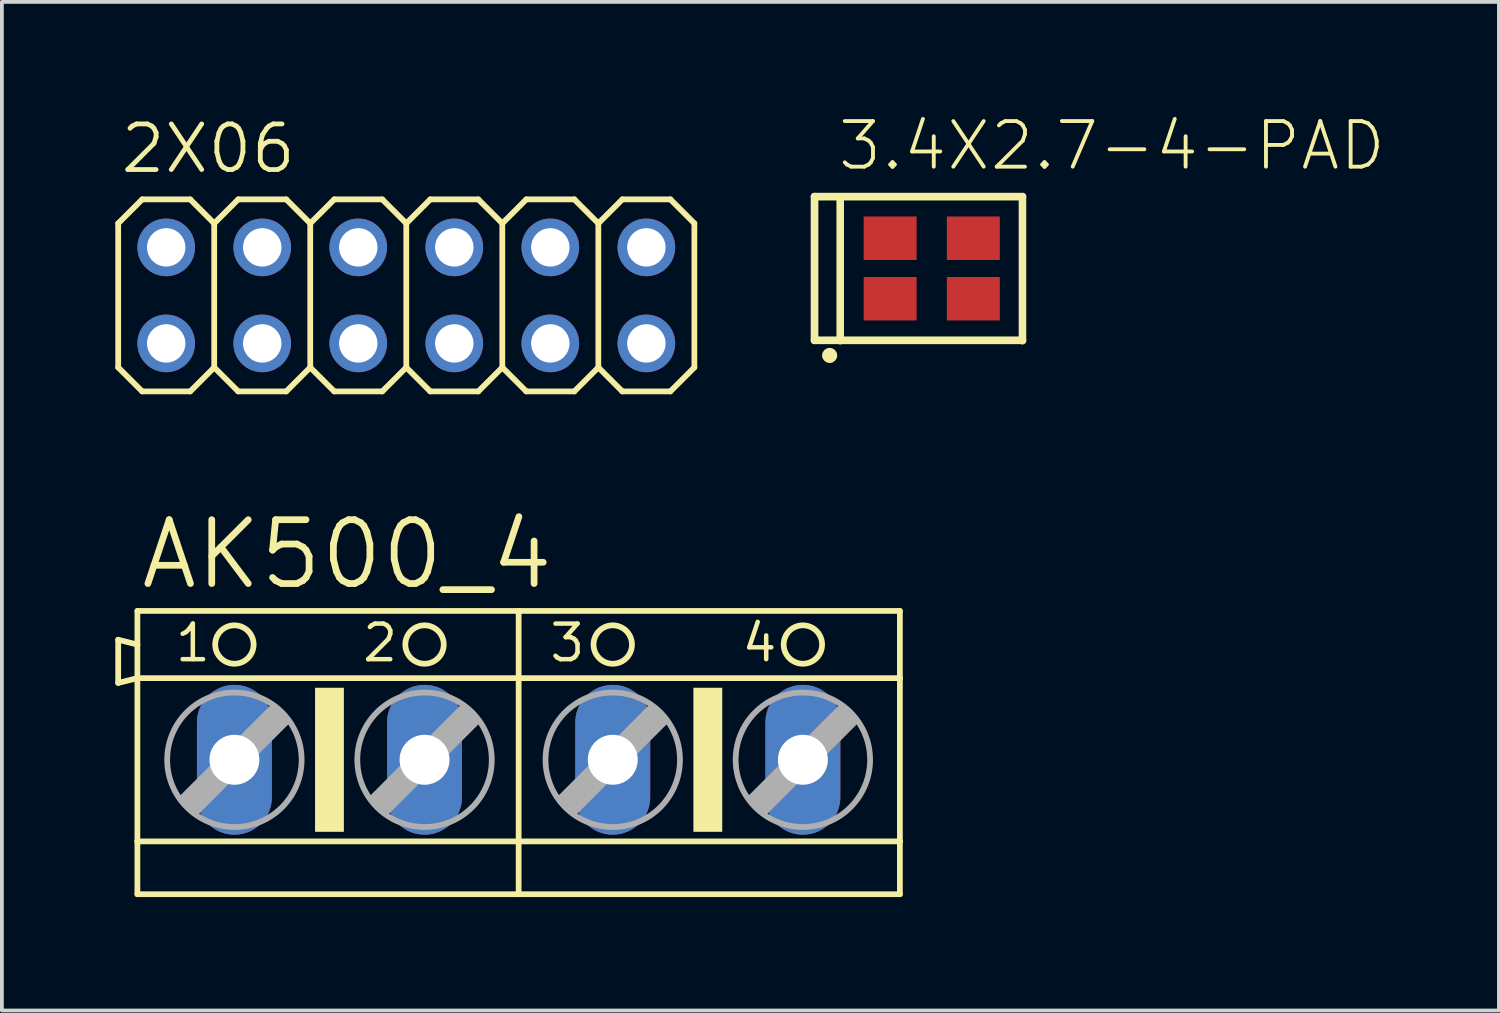
<source format=kicad_pcb>
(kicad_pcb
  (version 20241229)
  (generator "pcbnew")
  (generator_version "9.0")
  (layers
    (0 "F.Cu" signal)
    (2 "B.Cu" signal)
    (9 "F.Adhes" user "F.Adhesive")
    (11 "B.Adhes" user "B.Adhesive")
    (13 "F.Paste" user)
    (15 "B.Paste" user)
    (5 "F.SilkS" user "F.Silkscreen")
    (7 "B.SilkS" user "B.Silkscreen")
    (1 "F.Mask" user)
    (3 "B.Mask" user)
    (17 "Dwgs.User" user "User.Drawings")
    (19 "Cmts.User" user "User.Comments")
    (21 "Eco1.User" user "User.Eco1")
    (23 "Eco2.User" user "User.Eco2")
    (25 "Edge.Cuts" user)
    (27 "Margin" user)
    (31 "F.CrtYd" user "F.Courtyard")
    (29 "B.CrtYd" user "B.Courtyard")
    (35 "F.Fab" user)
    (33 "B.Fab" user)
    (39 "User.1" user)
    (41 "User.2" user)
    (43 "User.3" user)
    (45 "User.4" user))
  (footprint "AK500_4"
    (layer "F.Cu")
    (at 10.668 17.046)
    (property "Reference" "AK500_4" (at -10.084 -4.445 0) (layer "F.SilkS") (effects (font (size 1.689 1.689) (thickness 0.178)) (justify left bottom)))
    (attr through_hole)
    (fp_line (start -10.592 -3.175) (end -10.592 -2.032) (stroke (width 0.152) (type solid)) (layer "F.SilkS"))
    (fp_line (start -10.592 -2.032) (end -10.084 -2.159) (stroke (width 0.152) (type solid)) (layer "F.SilkS"))
    (fp_line (start -10.084 -3.048) (end -10.592 -3.175) (stroke (width 0.152) (type solid)) (layer "F.SilkS"))
    (fp_line (start -10.084 -3.048) (end -10.084 -3.937) (stroke (width 0.152) (type solid)) (layer "F.SilkS"))
    (fp_line (start -10.084 -2.159) (end -10.084 -3.048) (stroke (width 0.152) (type solid)) (layer "F.SilkS"))
    (fp_line (start -10.084 -2.159) (end 0 -2.159) (stroke (width 0.152) (type solid)) (layer "F.SilkS"))
    (fp_line (start -10.084 2.159) (end -10.084 -2.159) (stroke (width 0.152) (type solid)) (layer "F.SilkS"))
    (fp_line (start -10.084 2.159) (end 0 2.159) (stroke (width 0.152) (type solid)) (layer "F.SilkS"))
    (fp_line (start -10.084 3.556) (end -10.084 2.159) (stroke (width 0.152) (type solid)) (layer "F.SilkS"))
    (fp_line (start -10.084 3.556) (end 0 3.556) (stroke (width 0.152) (type solid)) (layer "F.SilkS"))
    (fp_line (start 0 -3.937) (end -10.084 -3.937) (stroke (width 0.152) (type solid)) (layer "F.SilkS"))
    (fp_line (start 0 -2.159) (end 0 -3.937) (stroke (width 0.152) (type solid)) (layer "F.SilkS"))
    (fp_line (start 0 -2.159) (end 10.084 -2.159) (stroke (width 0.152) (type solid)) (layer "F.SilkS"))
    (fp_line (start 0 2.159) (end 0 -2.159) (stroke (width 0.152) (type solid)) (layer "F.SilkS"))
    (fp_line (start 0 2.159) (end 10.084 2.159) (stroke (width 0.152) (type solid)) (layer "F.SilkS"))
    (fp_line (start 0 3.556) (end 0 2.159) (stroke (width 0.152) (type solid)) (layer "F.SilkS"))
    (fp_line (start 0 3.556) (end 10.084 3.556) (stroke (width 0.152) (type solid)) (layer "F.SilkS"))
    (fp_line (start 10.084 -3.937) (end 0 -3.937) (stroke (width 0.152) (type solid)) (layer "F.SilkS"))
    (fp_line (start 10.084 -3.937) (end 10.084 -2.159) (stroke (width 0.152) (type solid)) (layer "F.SilkS"))
    (fp_line (start 10.084 -2.159) (end 10.084 2.159) (stroke (width 0.152) (type solid)) (layer "F.SilkS"))
    (fp_line (start 10.084 2.159) (end 10.084 3.556) (stroke (width 0.152) (type solid)) (layer "F.SilkS"))
    (fp_circle (center -7.518 -3.048) (end -7.01 -3.048) (stroke (width 0.152) (type solid)) (fill no) (layer "F.SilkS"))
    (fp_circle (center -2.489 -3.048) (end -1.981 -3.048) (stroke (width 0.152) (type solid)) (fill no) (layer "F.SilkS"))
    (fp_circle (center 2.489 -3.048) (end 2.997 -3.048) (stroke (width 0.152) (type solid)) (fill no) (layer "F.SilkS"))
    (fp_circle (center 7.518 -3.048) (end 8.026 -3.048) (stroke (width 0.152) (type solid)) (fill no) (layer "F.SilkS"))
    (fp_poly (pts (xy -5.385 1.905) (xy -4.623 1.905) (xy -4.623 -1.905) (xy -5.385 -1.905)) (stroke (width 0) (type solid)) (fill yes) (layer "F.SilkS"))
    (fp_poly (pts (xy 4.623 1.905) (xy 5.385 1.905) (xy 5.385 -1.905) (xy 4.623 -1.905)) (stroke (width 0) (type solid)) (fill yes) (layer "F.SilkS"))
    (fp_line (start -8.915 1.016) (end -8.534 1.397) (stroke (width 0.152) (type solid)) (layer "F.Fab"))
    (fp_line (start -8.915 1.016) (end -6.502 -1.397) (stroke (width 0.152) (type solid)) (layer "F.Fab"))
    (fp_line (start -8.534 1.016) (end -6.502 -1.016) (stroke (width 0.61) (type solid)) (layer "F.Fab"))
    (fp_line (start -8.534 1.397) (end -6.121 -1.016) (stroke (width 0.152) (type solid)) (layer "F.Fab"))
    (fp_line (start -6.502 -1.397) (end -6.121 -1.016) (stroke (width 0.152) (type solid)) (layer "F.Fab"))
    (fp_line (start -3.886 1.016) (end -3.505 1.397) (stroke (width 0.152) (type solid)) (layer "F.Fab"))
    (fp_line (start -3.886 1.016) (end -1.473 -1.397) (stroke (width 0.152) (type solid)) (layer "F.Fab"))
    (fp_line (start -3.505 1.016) (end -1.473 -1.016) (stroke (width 0.61) (type solid)) (layer "F.Fab"))
    (fp_line (start -3.505 1.397) (end -1.092 -1.016) (stroke (width 0.152) (type solid)) (layer "F.Fab"))
    (fp_line (start -1.473 -1.397) (end -1.092 -1.016) (stroke (width 0.152) (type solid)) (layer "F.Fab"))
    (fp_line (start 1.092 1.016) (end 1.473 1.397) (stroke (width 0.152) (type solid)) (layer "F.Fab"))
    (fp_line (start 1.092 1.016) (end 3.505 -1.397) (stroke (width 0.152) (type solid)) (layer "F.Fab"))
    (fp_line (start 1.473 1.016) (end 3.505 -1.016) (stroke (width 0.61) (type solid)) (layer "F.Fab"))
    (fp_line (start 1.473 1.397) (end 3.886 -1.016) (stroke (width 0.152) (type solid)) (layer "F.Fab"))
    (fp_line (start 3.505 -1.397) (end 3.886 -1.016) (stroke (width 0.152) (type solid)) (layer "F.Fab"))
    (fp_line (start 6.121 1.016) (end 6.502 1.397) (stroke (width 0.152) (type solid)) (layer "F.Fab"))
    (fp_line (start 6.121 1.016) (end 8.534 -1.397) (stroke (width 0.152) (type solid)) (layer "F.Fab"))
    (fp_line (start 6.502 1.016) (end 8.534 -1.016) (stroke (width 0.61) (type solid)) (layer "F.Fab"))
    (fp_line (start 6.502 1.397) (end 8.915 -1.016) (stroke (width 0.152) (type solid)) (layer "F.Fab"))
    (fp_line (start 8.534 -1.397) (end 8.915 -1.016) (stroke (width 0.152) (type solid)) (layer "F.Fab"))
    (fp_circle (center -7.518 0) (end -5.74 0) (stroke (width 0.152) (type solid)) (fill no) (layer "F.Fab"))
    (fp_circle (center -2.489 0) (end -0.711 0) (stroke (width 0.152) (type solid)) (fill no) (layer "F.Fab"))
    (fp_circle (center 2.489 0) (end 4.267 0) (stroke (width 0.152) (type solid)) (fill no) (layer "F.Fab"))
    (fp_circle (center 7.518 0) (end 9.296 0) (stroke (width 0.152) (type solid)) (fill no) (layer "F.Fab"))
    (fp_text user "4" (at 5.842 -2.54 0) (layer "F.SilkS") (effects (font (size 0.941 0.941) (thickness 0.119)) (justify left bottom)))
    (fp_text user "1" (at -9.144 -2.54 0) (layer "F.SilkS") (effects (font (size 0.941 0.941) (thickness 0.119)) (justify left bottom)))
    (fp_text user "2" (at -4.191 -2.54 0) (layer "F.SilkS") (effects (font (size 0.941 0.941) (thickness 0.119)) (justify left bottom)))
    (fp_text user "3" (at 0.762 -2.54 0) (layer "F.SilkS") (effects (font (size 0.941 0.941) (thickness 0.119)) (justify left bottom)))
    (pad "1" thru_hole oval (at -7.518 0 90) (size 3.962 1.981) (drill 1.321) (layers "*.Cu" "*.Mask"))
    (pad "2" thru_hole oval (at -2.489 0 90) (size 3.962 1.981) (drill 1.321) (layers "*.Cu" "*.Mask"))
    (pad "3" thru_hole oval (at 2.489 0 90) (size 3.962 1.981) (drill 1.321) (layers "*.Cu" "*.Mask"))
    (pad "4" thru_hole oval (at 7.518 0 90) (size 3.962 1.981) (drill 1.321) (layers "*.Cu" "*.Mask")))
  (footprint "2X06"
    (layer "F.Cu")
    (at 7.696 4.763)
    (property "Reference" "2X06" (at -7.62 -3.175 0) (layer "F.SilkS") (effects (font (size 1.206 1.206) (thickness 0.127)) (justify left bottom)))
    (attr through_hole)
    (fp_line (start -7.62 -1.905) (end -6.985 -2.54) (stroke (width 0.152) (type solid)) (layer "F.SilkS"))
    (fp_line (start -7.62 1.905) (end -7.62 -1.905) (stroke (width 0.152) (type solid)) (layer "F.SilkS"))
    (fp_line (start -7.62 1.905) (end -6.985 2.54) (stroke (width 0.152) (type solid)) (layer "F.SilkS"))
    (fp_line (start -6.985 -2.54) (end -5.715 -2.54) (stroke (width 0.152) (type solid)) (layer "F.SilkS"))
    (fp_line (start -6.985 2.54) (end -5.715 2.54) (stroke (width 0.152) (type solid)) (layer "F.SilkS"))
    (fp_line (start -5.715 -2.54) (end -5.08 -1.905) (stroke (width 0.152) (type solid)) (layer "F.SilkS"))
    (fp_line (start -5.715 2.54) (end -5.08 1.905) (stroke (width 0.152) (type solid)) (layer "F.SilkS"))
    (fp_line (start -5.08 -1.905) (end -5.08 1.905) (stroke (width 0.152) (type solid)) (layer "F.SilkS"))
    (fp_line (start -5.08 -1.905) (end -4.445 -2.54) (stroke (width 0.152) (type solid)) (layer "F.SilkS"))
    (fp_line (start -5.08 1.905) (end -4.445 2.54) (stroke (width 0.152) (type solid)) (layer "F.SilkS"))
    (fp_line (start -4.445 -2.54) (end -3.175 -2.54) (stroke (width 0.152) (type solid)) (layer "F.SilkS"))
    (fp_line (start -4.445 2.54) (end -3.175 2.54) (stroke (width 0.152) (type solid)) (layer "F.SilkS"))
    (fp_line (start -3.175 -2.54) (end -2.54 -1.905) (stroke (width 0.152) (type solid)) (layer "F.SilkS"))
    (fp_line (start -3.175 2.54) (end -2.54 1.905) (stroke (width 0.152) (type solid)) (layer "F.SilkS"))
    (fp_line (start -2.54 -1.905) (end -2.54 1.905) (stroke (width 0.152) (type solid)) (layer "F.SilkS"))
    (fp_line (start -2.54 -1.905) (end -1.905 -2.54) (stroke (width 0.152) (type solid)) (layer "F.SilkS"))
    (fp_line (start -2.54 1.905) (end -1.905 2.54) (stroke (width 0.152) (type solid)) (layer "F.SilkS"))
    (fp_line (start -1.905 -2.54) (end -0.635 -2.54) (stroke (width 0.152) (type solid)) (layer "F.SilkS"))
    (fp_line (start -1.905 2.54) (end -0.635 2.54) (stroke (width 0.152) (type solid)) (layer "F.SilkS"))
    (fp_line (start -0.635 -2.54) (end 0 -1.905) (stroke (width 0.152) (type solid)) (layer "F.SilkS"))
    (fp_line (start -0.635 2.54) (end 0 1.905) (stroke (width 0.152) (type solid)) (layer "F.SilkS"))
    (fp_line (start 0 -1.905) (end 0 1.905) (stroke (width 0.152) (type solid)) (layer "F.SilkS"))
    (fp_line (start 0 -1.905) (end 0.635 -2.54) (stroke (width 0.152) (type solid)) (layer "F.SilkS"))
    (fp_line (start 0 1.905) (end 0.635 2.54) (stroke (width 0.152) (type solid)) (layer "F.SilkS"))
    (fp_line (start 0.635 -2.54) (end 1.905 -2.54) (stroke (width 0.152) (type solid)) (layer "F.SilkS"))
    (fp_line (start 0.635 2.54) (end 1.905 2.54) (stroke (width 0.152) (type solid)) (layer "F.SilkS"))
    (fp_line (start 1.905 -2.54) (end 2.54 -1.905) (stroke (width 0.152) (type solid)) (layer "F.SilkS"))
    (fp_line (start 1.905 2.54) (end 2.54 1.905) (stroke (width 0.152) (type solid)) (layer "F.SilkS"))
    (fp_line (start 2.54 -1.905) (end 2.54 1.905) (stroke (width 0.152) (type solid)) (layer "F.SilkS"))
    (fp_line (start 2.54 -1.905) (end 3.175 -2.54) (stroke (width 0.152) (type solid)) (layer "F.SilkS"))
    (fp_line (start 2.54 1.905) (end 3.175 2.54) (stroke (width 0.152) (type solid)) (layer "F.SilkS"))
    (fp_line (start 3.175 -2.54) (end 4.445 -2.54) (stroke (width 0.152) (type solid)) (layer "F.SilkS"))
    (fp_line (start 3.175 2.54) (end 4.445 2.54) (stroke (width 0.152) (type solid)) (layer "F.SilkS"))
    (fp_line (start 4.445 -2.54) (end 5.08 -1.905) (stroke (width 0.152) (type solid)) (layer "F.SilkS"))
    (fp_line (start 4.445 2.54) (end 5.08 1.905) (stroke (width 0.152) (type solid)) (layer "F.SilkS"))
    (fp_line (start 5.08 -1.905) (end 5.08 1.905) (stroke (width 0.152) (type solid)) (layer "F.SilkS"))
    (fp_line (start 5.08 -1.905) (end 5.715 -2.54) (stroke (width 0.152) (type solid)) (layer "F.SilkS"))
    (fp_line (start 5.08 1.905) (end 5.715 2.54) (stroke (width 0.152) (type solid)) (layer "F.SilkS"))
    (fp_line (start 5.715 -2.54) (end 6.985 -2.54) (stroke (width 0.152) (type solid)) (layer "F.SilkS"))
    (fp_line (start 5.715 2.54) (end 6.985 2.54) (stroke (width 0.152) (type solid)) (layer "F.SilkS"))
    (fp_line (start 6.985 -2.54) (end 7.62 -1.905) (stroke (width 0.152) (type solid)) (layer "F.SilkS"))
    (fp_line (start 6.985 2.54) (end 7.62 1.905) (stroke (width 0.152) (type solid)) (layer "F.SilkS"))
    (fp_line (start 7.62 -1.905) (end 7.62 1.905) (stroke (width 0.152) (type solid)) (layer "F.SilkS"))
    (fp_poly (pts (xy -6.604 -1.016) (xy -6.096 -1.016) (xy -6.096 -1.524) (xy -6.604 -1.524)) (stroke (width 0.1) (type solid)) (fill no) (layer "F.Fab"))
    (fp_poly (pts (xy -6.604 1.524) (xy -6.096 1.524) (xy -6.096 1.016) (xy -6.604 1.016)) (stroke (width 0.1) (type solid)) (fill no) (layer "F.Fab"))
    (fp_poly (pts (xy -4.064 -1.016) (xy -3.556 -1.016) (xy -3.556 -1.524) (xy -4.064 -1.524)) (stroke (width 0.1) (type solid)) (fill no) (layer "F.Fab"))
    (fp_poly (pts (xy -4.064 1.524) (xy -3.556 1.524) (xy -3.556 1.016) (xy -4.064 1.016)) (stroke (width 0.1) (type solid)) (fill no) (layer "F.Fab"))
    (fp_poly (pts (xy -1.524 -1.016) (xy -1.016 -1.016) (xy -1.016 -1.524) (xy -1.524 -1.524)) (stroke (width 0.1) (type solid)) (fill no) (layer "F.Fab"))
    (fp_poly (pts (xy -1.524 1.524) (xy -1.016 1.524) (xy -1.016 1.016) (xy -1.524 1.016)) (stroke (width 0.1) (type solid)) (fill no) (layer "F.Fab"))
    (fp_poly (pts (xy 1.016 -1.016) (xy 1.524 -1.016) (xy 1.524 -1.524) (xy 1.016 -1.524)) (stroke (width 0.1) (type solid)) (fill no) (layer "F.Fab"))
    (fp_poly (pts (xy 1.016 1.524) (xy 1.524 1.524) (xy 1.524 1.016) (xy 1.016 1.016)) (stroke (width 0.1) (type solid)) (fill no) (layer "F.Fab"))
    (fp_poly (pts (xy 3.556 -1.016) (xy 4.064 -1.016) (xy 4.064 -1.524) (xy 3.556 -1.524)) (stroke (width 0.1) (type solid)) (fill no) (layer "F.Fab"))
    (fp_poly (pts (xy 3.556 1.524) (xy 4.064 1.524) (xy 4.064 1.016) (xy 3.556 1.016)) (stroke (width 0.1) (type solid)) (fill no) (layer "F.Fab"))
    (fp_poly (pts (xy 6.096 -1.016) (xy 6.604 -1.016) (xy 6.604 -1.524) (xy 6.096 -1.524)) (stroke (width 0.1) (type solid)) (fill no) (layer "F.Fab"))
    (fp_poly (pts (xy 6.096 1.524) (xy 6.604 1.524) (xy 6.604 1.016) (xy 6.096 1.016)) (stroke (width 0.1) (type solid)) (fill no) (layer "F.Fab"))
    (pad "1" thru_hole circle (at -6.35 1.27) (size 1.524 1.524) (drill 1.016) (layers "*.Cu" "*.Mask"))
    (pad "2" thru_hole circle (at -6.35 -1.27) (size 1.524 1.524) (drill 1.016) (layers "*.Cu" "*.Mask"))
    (pad "3" thru_hole circle (at -3.81 1.27) (size 1.524 1.524) (drill 1.016) (layers "*.Cu" "*.Mask"))
    (pad "4" thru_hole circle (at -3.81 -1.27) (size 1.524 1.524) (drill 1.016) (layers "*.Cu" "*.Mask"))
    (pad "5" thru_hole circle (at -1.27 1.27) (size 1.524 1.524) (drill 1.016) (layers "*.Cu" "*.Mask"))
    (pad "6" thru_hole circle (at -1.27 -1.27) (size 1.524 1.524) (drill 1.016) (layers "*.Cu" "*.Mask"))
    (pad "7" thru_hole circle (at 1.27 1.27) (size 1.524 1.524) (drill 1.016) (layers "*.Cu" "*.Mask"))
    (pad "8" thru_hole circle (at 1.27 -1.27) (size 1.524 1.524) (drill 1.016) (layers "*.Cu" "*.Mask"))
    (pad "9" thru_hole circle (at 3.81 1.27) (size 1.524 1.524) (drill 1.016) (layers "*.Cu" "*.Mask"))
    (pad "10" thru_hole circle (at 3.81 -1.27) (size 1.524 1.524) (drill 1.016) (layers "*.Cu" "*.Mask"))
    (pad "11" thru_hole circle (at 6.35 1.27) (size 1.524 1.524) (drill 1.016) (layers "*.Cu" "*.Mask"))
    (pad "12" thru_hole circle (at 6.35 -1.27) (size 1.524 1.524) (drill 1.016) (layers "*.Cu" "*.Mask")))
  (footprint "3.4X2.7-4-PAD"
    (layer "F.Cu")
    (at 21.594 4.051)
    (property "Reference" "3.4X2.7-4-PAD" (at -2.54 -2.54 0) (layer "F.SilkS") (effects (font (size 1.206 1.206) (thickness 0.102)) (justify left bottom)))
    (attr through_hole)
    (fp_line (start -3.1 -1.9) (end -3.1 1.9) (stroke (width 0.203) (type solid)) (layer "F.SilkS"))
    (fp_line (start -3.1 -1.9) (end 2.4 -1.9) (stroke (width 0.203) (type solid)) (layer "F.SilkS"))
    (fp_line (start -2.42 -1.9) (end -2.42 1.91) (stroke (width 0.2) (type solid)) (layer "F.SilkS"))
    (fp_line (start 2.4 -1.9) (end 2.4 1.91) (stroke (width 0.2) (type solid)) (layer "F.SilkS"))
    (fp_line (start 2.4 1.9) (end -3.1 1.9) (stroke (width 0.203) (type solid)) (layer "F.SilkS"))
    (fp_circle (center -2.7 2.3) (end -2.6 2.3) (stroke (width 0.2) (type solid)) (fill no) (layer "F.SilkS"))
    (pad "1" smd rect (at -1.1 0.8) (size 1.4 1.15) (layers "F.Cu" "F.Mask" "F.Paste"))
    (pad "2" smd rect (at 1.1 0.8) (size 1.4 1.15) (layers "F.Cu" "F.Mask" "F.Paste"))
    (pad "3" smd rect (at 1.1 -0.8 180) (size 1.4 1.15) (layers "F.Cu" "F.Mask" "F.Paste"))
    (pad "4" smd rect (at -1.1 -0.8 180) (size 1.4 1.15) (layers "F.Cu" "F.Mask" "F.Paste")))
  (gr_rect
    (start -3 -3)
    (end 36.596 23.678)
    (stroke (width 0.1) (type default))
    (fill no)
    (layer "Edge.Cuts")))
</source>
